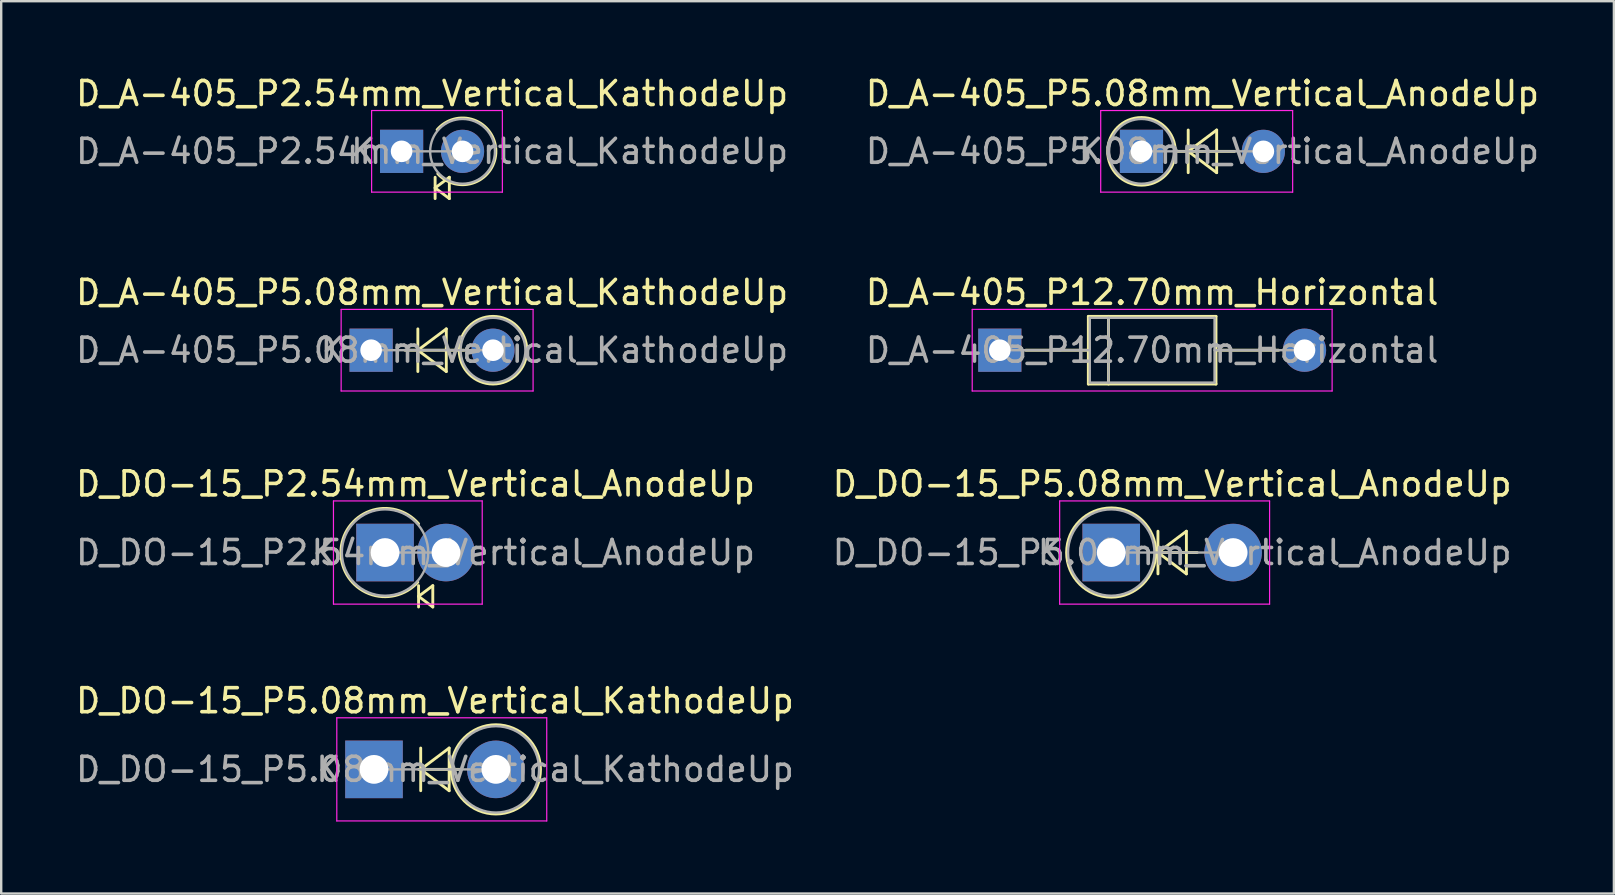
<source format=kicad_pcb>
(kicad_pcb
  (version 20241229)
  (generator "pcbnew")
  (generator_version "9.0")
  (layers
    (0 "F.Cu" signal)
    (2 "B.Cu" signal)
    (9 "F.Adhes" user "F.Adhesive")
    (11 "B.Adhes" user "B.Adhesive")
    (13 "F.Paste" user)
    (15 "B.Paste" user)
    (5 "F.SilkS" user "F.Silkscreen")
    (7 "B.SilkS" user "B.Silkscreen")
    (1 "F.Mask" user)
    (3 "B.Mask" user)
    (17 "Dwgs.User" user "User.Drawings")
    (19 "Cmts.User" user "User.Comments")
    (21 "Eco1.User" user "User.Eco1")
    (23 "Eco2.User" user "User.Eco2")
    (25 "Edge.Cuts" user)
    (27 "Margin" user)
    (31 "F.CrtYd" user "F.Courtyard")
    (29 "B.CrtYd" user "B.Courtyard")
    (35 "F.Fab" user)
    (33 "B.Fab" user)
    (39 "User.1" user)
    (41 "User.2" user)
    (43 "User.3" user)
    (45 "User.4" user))
  (footprint "D_A-405_P5.08mm_Vertical_AnodeUp"
    (layer "F.Cu")
    (at 44.525 3.258)
    (property "Reference" "D_A-405_P5.08mm_Vertical_AnodeUp" (at 2.54 -2.41 0) (layer "F.SilkS") (effects (font (size 1 1) (thickness 0.15))))
    (attr through_hole)
    (fp_line (start 1.41 0) (end 3.88 0) (stroke (width 0.12) (type solid)) (layer "F.SilkS"))
    (fp_line (start 1.947 -0.889) (end 1.947 0.889) (stroke (width 0.12) (type solid)) (layer "F.SilkS"))
    (fp_line (start 1.947 0) (end 3.133 -0.889) (stroke (width 0.12) (type solid)) (layer "F.SilkS"))
    (fp_line (start 3.133 -0.889) (end 3.133 0.889) (stroke (width 0.12) (type solid)) (layer "F.SilkS"))
    (fp_line (start 3.133 0.889) (end 1.947 0) (stroke (width 0.12) (type solid)) (layer "F.SilkS"))
    (fp_circle (center 0 0) (end 1.41 0) (stroke (width 0.12) (type solid)) (fill no) (layer "F.SilkS"))
    (fp_line (start -1.7 -1.7) (end -1.7 1.7) (stroke (width 0.05) (type solid)) (layer "F.CrtYd"))
    (fp_line (start -1.7 1.7) (end 6.3 1.7) (stroke (width 0.05) (type solid)) (layer "F.CrtYd"))
    (fp_line (start 6.3 -1.7) (end -1.7 -1.7) (stroke (width 0.05) (type solid)) (layer "F.CrtYd"))
    (fp_line (start 6.3 1.7) (end 6.3 -1.7) (stroke (width 0.05) (type solid)) (layer "F.CrtYd"))
    (fp_line (start 0 0) (end 5.08 0) (stroke (width 0.1) (type solid)) (layer "F.Fab"))
    (fp_circle (center 0 0) (end 1.35 0) (stroke (width 0.1) (type solid)) (fill no) (layer "F.Fab"))
    (fp_text user "K" (at -2.11 0 0) (layer "F.Fab") (effects (font (size 1 1) (thickness 0.15))))
    (fp_text user "${REFERENCE}" (at 2.54 0 0) (layer "F.Fab") (effects (font (size 1 1) (thickness 0.15))))
    (pad "1" thru_hole rect (at 0 0) (size 1.8 1.8) (drill 0.9) (layers "*.Cu" "*.Mask"))
    (pad "2" thru_hole oval (at 5.08 0) (size 1.8 1.8) (drill 0.9) (layers "*.Cu" "*.Mask")))
  (footprint "D_DO-15_P5.08mm_Vertical_AnodeUp"
    (layer "F.Cu")
    (at 43.264 19.979)
    (property "Reference" "D_DO-15_P5.08mm_Vertical_AnodeUp" (at 2.54 -2.86 0) (layer "F.SilkS") (effects (font (size 1 1) (thickness 0.15))))
    (attr through_hole)
    (fp_line (start 1.86 0) (end 3.58 0) (stroke (width 0.12) (type solid)) (layer "F.SilkS"))
    (fp_line (start 1.947 -0.889) (end 1.947 0.889) (stroke (width 0.12) (type solid)) (layer "F.SilkS"))
    (fp_line (start 1.947 0) (end 3.133 -0.889) (stroke (width 0.12) (type solid)) (layer "F.SilkS"))
    (fp_line (start 3.133 -0.889) (end 3.133 0.889) (stroke (width 0.12) (type solid)) (layer "F.SilkS"))
    (fp_line (start 3.133 0.889) (end 1.947 0) (stroke (width 0.12) (type solid)) (layer "F.SilkS"))
    (fp_circle (center 0 0) (end 1.86 0) (stroke (width 0.12) (type solid)) (fill no) (layer "F.SilkS"))
    (fp_line (start -2.15 -2.15) (end -2.15 2.15) (stroke (width 0.05) (type solid)) (layer "F.CrtYd"))
    (fp_line (start -2.15 2.15) (end 6.6 2.15) (stroke (width 0.05) (type solid)) (layer "F.CrtYd"))
    (fp_line (start 6.6 -2.15) (end -2.15 -2.15) (stroke (width 0.05) (type solid)) (layer "F.CrtYd"))
    (fp_line (start 6.6 2.15) (end 6.6 -2.15) (stroke (width 0.05) (type solid)) (layer "F.CrtYd"))
    (fp_line (start 0 0) (end 5.08 0) (stroke (width 0.1) (type solid)) (layer "F.Fab"))
    (fp_circle (center 0 0) (end 1.8 0) (stroke (width 0.1) (type solid)) (fill no) (layer "F.Fab"))
    (fp_text user "K" (at -2.56 0 0) (layer "F.Fab") (effects (font (size 1 1) (thickness 0.15))))
    (fp_text user "${REFERENCE}" (at 2.54 0 0) (layer "F.Fab") (effects (font (size 1 1) (thickness 0.15))))
    (pad "1" thru_hole rect (at 0 0) (size 2.4 2.4) (drill 1.2) (layers "*.Cu" "*.Mask"))
    (pad "2" thru_hole oval (at 5.08 0) (size 2.4 2.4) (drill 1.2) (layers "*.Cu" "*.Mask")))
  (footprint "D_DO-15_P5.08mm_Vertical_KathodeUp"
    (layer "F.Cu")
    (at 12.537 29.016)
    (property "Reference" "D_DO-15_P5.08mm_Vertical_KathodeUp" (at 2.54 -2.86 0) (layer "F.SilkS") (effects (font (size 1 1) (thickness 0.15))))
    (attr through_hole)
    (fp_line (start 1.86 0) (end 3.58 0) (stroke (width 0.12) (type solid)) (layer "F.SilkS"))
    (fp_line (start 1.947 -0.889) (end 1.947 0.889) (stroke (width 0.12) (type solid)) (layer "F.SilkS"))
    (fp_line (start 1.947 0) (end 3.133 -0.889) (stroke (width 0.12) (type solid)) (layer "F.SilkS"))
    (fp_line (start 3.133 -0.889) (end 3.133 0.889) (stroke (width 0.12) (type solid)) (layer "F.SilkS"))
    (fp_line (start 3.133 0.889) (end 1.947 0) (stroke (width 0.12) (type solid)) (layer "F.SilkS"))
    (fp_circle (center 5.08 0) (end 6.94 0) (stroke (width 0.12) (type solid)) (fill no) (layer "F.SilkS"))
    (fp_line (start -1.55 -2.15) (end -1.55 2.15) (stroke (width 0.05) (type solid)) (layer "F.CrtYd"))
    (fp_line (start -1.55 2.15) (end 7.2 2.15) (stroke (width 0.05) (type solid)) (layer "F.CrtYd"))
    (fp_line (start 7.2 -2.15) (end -1.55 -2.15) (stroke (width 0.05) (type solid)) (layer "F.CrtYd"))
    (fp_line (start 7.2 2.15) (end 7.2 -2.15) (stroke (width 0.05) (type solid)) (layer "F.CrtYd"))
    (fp_line (start 0 0) (end 5.08 0) (stroke (width 0.1) (type solid)) (layer "F.Fab"))
    (fp_circle (center 5.08 0) (end 6.88 0) (stroke (width 0.1) (type solid)) (fill no) (layer "F.Fab"))
    (fp_text user "K" (at -1.9 0 0) (layer "F.Fab") (effects (font (size 1 1) (thickness 0.15))))
    (fp_text user "${REFERENCE}" (at 2.54 0 0) (layer "F.Fab") (effects (font (size 1 1) (thickness 0.15))))
    (pad "1" thru_hole rect (at 0 0) (size 2.4 2.4) (drill 1.2) (layers "*.Cu" "*.Mask"))
    (pad "2" thru_hole oval (at 5.08 0) (size 2.4 2.4) (drill 1.2) (layers "*.Cu" "*.Mask")))
  (footprint "D_DO-15_P2.54mm_Vertical_AnodeUp"
    (layer "F.Cu")
    (at 12.998 19.979)
    (property "Reference" "D_DO-15_P2.54mm_Vertical_AnodeUp" (at 1.27 -2.86 0) (layer "F.SilkS") (effects (font (size 1 1) (thickness 0.15))))
    (attr through_hole)
    (fp_line (start 1.397 1.38) (end 1.397 2.269) (stroke (width 0.12) (type solid)) (layer "F.SilkS"))
    (fp_line (start 1.397 1.825) (end 1.99 1.38) (stroke (width 0.12) (type solid)) (layer "F.SilkS"))
    (fp_line (start 1.99 1.38) (end 1.99 2.269) (stroke (width 0.12) (type solid)) (layer "F.SilkS"))
    (fp_line (start 1.99 2.269) (end 1.397 1.825) (stroke (width 0.12) (type solid)) (layer "F.SilkS"))
    (fp_arc (start 1.365408 1.23384) (mid -1.840161 -0.022557) (end 1.395242 -1.2) (stroke (width 0.12) (type solid)) (layer "F.SilkS"))
    (fp_line (start -2.15 -2.15) (end -2.15 2.15) (stroke (width 0.05) (type solid)) (layer "F.CrtYd"))
    (fp_line (start -2.15 2.15) (end 4.05 2.15) (stroke (width 0.05) (type solid)) (layer "F.CrtYd"))
    (fp_line (start 4.05 -2.15) (end -2.15 -2.15) (stroke (width 0.05) (type solid)) (layer "F.CrtYd"))
    (fp_line (start 4.05 2.15) (end 4.05 -2.15) (stroke (width 0.05) (type solid)) (layer "F.CrtYd"))
    (fp_line (start 0 0) (end 2.54 0) (stroke (width 0.1) (type solid)) (layer "F.Fab"))
    (fp_circle (center 0 0) (end 1.8 0) (stroke (width 0.1) (type solid)) (fill no) (layer "F.Fab"))
    (fp_text user "${REFERENCE}" (at 1.27 0 0) (layer "F.Fab") (effects (font (size 1 1) (thickness 0.15))))
    (fp_text user "K" (at -2.56 0 0) (layer "F.Fab") (effects (font (size 1 1) (thickness 0.15))))
    (pad "1" thru_hole rect (at 0 0) (size 2.4 2.4) (drill 1.2) (layers "*.Cu" "*.Mask"))
    (pad "2" thru_hole oval (at 2.54 0) (size 2.4 2.4) (drill 1.2) (layers "*.Cu" "*.Mask")))
  (footprint "D_A-405_P2.54mm_Vertical_KathodeUp"
    (layer "F.Cu")
    (at 13.688 3.258)
    (property "Reference" "D_A-405_P2.54mm_Vertical_KathodeUp" (at 1.27 -2.41 0) (layer "F.SilkS") (effects (font (size 1 1) (thickness 0.15))))
    (attr through_hole)
    (fp_line (start 1.397 1.08) (end 1.397 1.969) (stroke (width 0.12) (type solid)) (layer "F.SilkS"))
    (fp_line (start 1.397 1.524) (end 1.99 1.08) (stroke (width 0.12) (type solid)) (layer "F.SilkS"))
    (fp_line (start 1.99 1.08) (end 1.99 1.969) (stroke (width 0.12) (type solid)) (layer "F.SilkS"))
    (fp_line (start 1.99 1.969) (end 1.397 1.524) (stroke (width 0.12) (type solid)) (layer "F.SilkS"))
    (fp_arc (start 1.480189 -0.9) (mid 3.930219 -0.022126) (end 1.509367 0.933271) (stroke (width 0.12) (type solid)) (layer "F.SilkS"))
    (fp_line (start -1.25 -1.7) (end -1.25 1.7) (stroke (width 0.05) (type solid)) (layer "F.CrtYd"))
    (fp_line (start -1.25 1.7) (end 4.2 1.7) (stroke (width 0.05) (type solid)) (layer "F.CrtYd"))
    (fp_line (start 4.2 -1.7) (end -1.25 -1.7) (stroke (width 0.05) (type solid)) (layer "F.CrtYd"))
    (fp_line (start 4.2 1.7) (end 4.2 -1.7) (stroke (width 0.05) (type solid)) (layer "F.CrtYd"))
    (fp_line (start 0 0) (end 2.54 0) (stroke (width 0.1) (type solid)) (layer "F.Fab"))
    (fp_circle (center 2.54 0) (end 3.89 0) (stroke (width 0.1) (type solid)) (fill no) (layer "F.Fab"))
    (fp_text user "K" (at -1.6 0 0) (layer "F.Fab") (effects (font (size 1 1) (thickness 0.15))))
    (fp_text user "${REFERENCE}" (at 1.27 0 0) (layer "F.Fab") (effects (font (size 1 1) (thickness 0.15))))
    (pad "1" thru_hole rect (at 0 0) (size 1.8 1.8) (drill 0.9) (layers "*.Cu" "*.Mask"))
    (pad "2" thru_hole oval (at 2.54 0) (size 1.8 1.8) (drill 0.9) (layers "*.Cu" "*.Mask")))
  (footprint "D_A-405_P12.70mm_Horizontal"
    (layer "F.Cu")
    (at 38.62 11.546)
    (property "Reference" "D_A-405_P12.70mm_Horizontal" (at 6.35 -2.41 0) (layer "F.SilkS") (effects (font (size 1 1) (thickness 0.15))))
    (attr through_hole)
    (fp_line (start 1.08 0) (end 3.69 0) (stroke (width 0.12) (type solid)) (layer "F.SilkS"))
    (fp_line (start 3.69 -1.41) (end 3.69 1.41) (stroke (width 0.12) (type solid)) (layer "F.SilkS"))
    (fp_line (start 3.69 1.41) (end 9.01 1.41) (stroke (width 0.12) (type solid)) (layer "F.SilkS"))
    (fp_line (start 4.53 -1.41) (end 4.53 1.41) (stroke (width 0.12) (type solid)) (layer "F.SilkS"))
    (fp_line (start 9.01 -1.41) (end 3.69 -1.41) (stroke (width 0.12) (type solid)) (layer "F.SilkS"))
    (fp_line (start 9.01 1.41) (end 9.01 -1.41) (stroke (width 0.12) (type solid)) (layer "F.SilkS"))
    (fp_line (start 11.62 0) (end 9.01 0) (stroke (width 0.12) (type solid)) (layer "F.SilkS"))
    (fp_line (start -1.15 -1.7) (end -1.15 1.7) (stroke (width 0.05) (type solid)) (layer "F.CrtYd"))
    (fp_line (start -1.15 1.7) (end 13.85 1.7) (stroke (width 0.05) (type solid)) (layer "F.CrtYd"))
    (fp_line (start 13.85 -1.7) (end -1.15 -1.7) (stroke (width 0.05) (type solid)) (layer "F.CrtYd"))
    (fp_line (start 13.85 1.7) (end 13.85 -1.7) (stroke (width 0.05) (type solid)) (layer "F.CrtYd"))
    (fp_line (start 0 0) (end 3.75 0) (stroke (width 0.1) (type solid)) (layer "F.Fab"))
    (fp_line (start 3.75 -1.35) (end 3.75 1.35) (stroke (width 0.1) (type solid)) (layer "F.Fab"))
    (fp_line (start 3.75 1.35) (end 8.95 1.35) (stroke (width 0.1) (type solid)) (layer "F.Fab"))
    (fp_line (start 4.53 -1.35) (end 4.53 1.35) (stroke (width 0.1) (type solid)) (layer "F.Fab"))
    (fp_line (start 8.95 -1.35) (end 3.75 -1.35) (stroke (width 0.1) (type solid)) (layer "F.Fab"))
    (fp_line (start 8.95 1.35) (end 8.95 -1.35) (stroke (width 0.1) (type solid)) (layer "F.Fab"))
    (fp_line (start 12.7 0) (end 8.95 0) (stroke (width 0.1) (type solid)) (layer "F.Fab"))
    (fp_text user "${REFERENCE}" (at 6.35 0 0) (layer "F.Fab") (effects (font (size 1 1) (thickness 0.15))))
    (pad "1" thru_hole rect (at 0 0) (size 1.8 1.8) (drill 0.9) (layers "*.Cu" "*.Mask"))
    (pad "2" thru_hole oval (at 12.7 0) (size 1.8 1.8) (drill 0.9) (layers "*.Cu" "*.Mask")))
  (footprint "D_A-405_P5.08mm_Vertical_KathodeUp"
    (layer "F.Cu")
    (at 12.418 11.546)
    (property "Reference" "D_A-405_P5.08mm_Vertical_KathodeUp" (at 2.54 -2.41 0) (layer "F.SilkS") (effects (font (size 1 1) (thickness 0.15))))
    (attr through_hole)
    (fp_line (start 1.41 0) (end 3.88 0) (stroke (width 0.12) (type solid)) (layer "F.SilkS"))
    (fp_line (start 1.947 -0.889) (end 1.947 0.889) (stroke (width 0.12) (type solid)) (layer "F.SilkS"))
    (fp_line (start 1.947 0) (end 3.133 -0.889) (stroke (width 0.12) (type solid)) (layer "F.SilkS"))
    (fp_line (start 3.133 -0.889) (end 3.133 0.889) (stroke (width 0.12) (type solid)) (layer "F.SilkS"))
    (fp_line (start 3.133 0.889) (end 1.947 0) (stroke (width 0.12) (type solid)) (layer "F.SilkS"))
    (fp_circle (center 5.08 0) (end 6.49 0) (stroke (width 0.12) (type solid)) (fill no) (layer "F.SilkS"))
    (fp_line (start -1.25 -1.7) (end -1.25 1.7) (stroke (width 0.05) (type solid)) (layer "F.CrtYd"))
    (fp_line (start -1.25 1.7) (end 6.75 1.7) (stroke (width 0.05) (type solid)) (layer "F.CrtYd"))
    (fp_line (start 6.75 -1.7) (end -1.25 -1.7) (stroke (width 0.05) (type solid)) (layer "F.CrtYd"))
    (fp_line (start 6.75 1.7) (end 6.75 -1.7) (stroke (width 0.05) (type solid)) (layer "F.CrtYd"))
    (fp_line (start 0 0) (end 5.08 0) (stroke (width 0.1) (type solid)) (layer "F.Fab"))
    (fp_circle (center 5.08 0) (end 6.43 0) (stroke (width 0.1) (type solid)) (fill no) (layer "F.Fab"))
    (fp_text user "K" (at -1.6 0 0) (layer "F.Fab") (effects (font (size 1 1) (thickness 0.15))))
    (fp_text user "${REFERENCE}" (at 2.54 0 0) (layer "F.Fab") (effects (font (size 1 1) (thickness 0.15))))
    (pad "1" thru_hole rect (at 0 0) (size 1.8 1.8) (drill 0.9) (layers "*.Cu" "*.Mask"))
    (pad "2" thru_hole oval (at 5.08 0) (size 1.8 1.8) (drill 0.9) (layers "*.Cu" "*.Mask")))
  (gr_rect
    (start -3 -3)
    (end 64.214 34.191)
    (stroke (width 0.1) (type default))
    (fill no)
    (layer "Edge.Cuts")))
</source>
